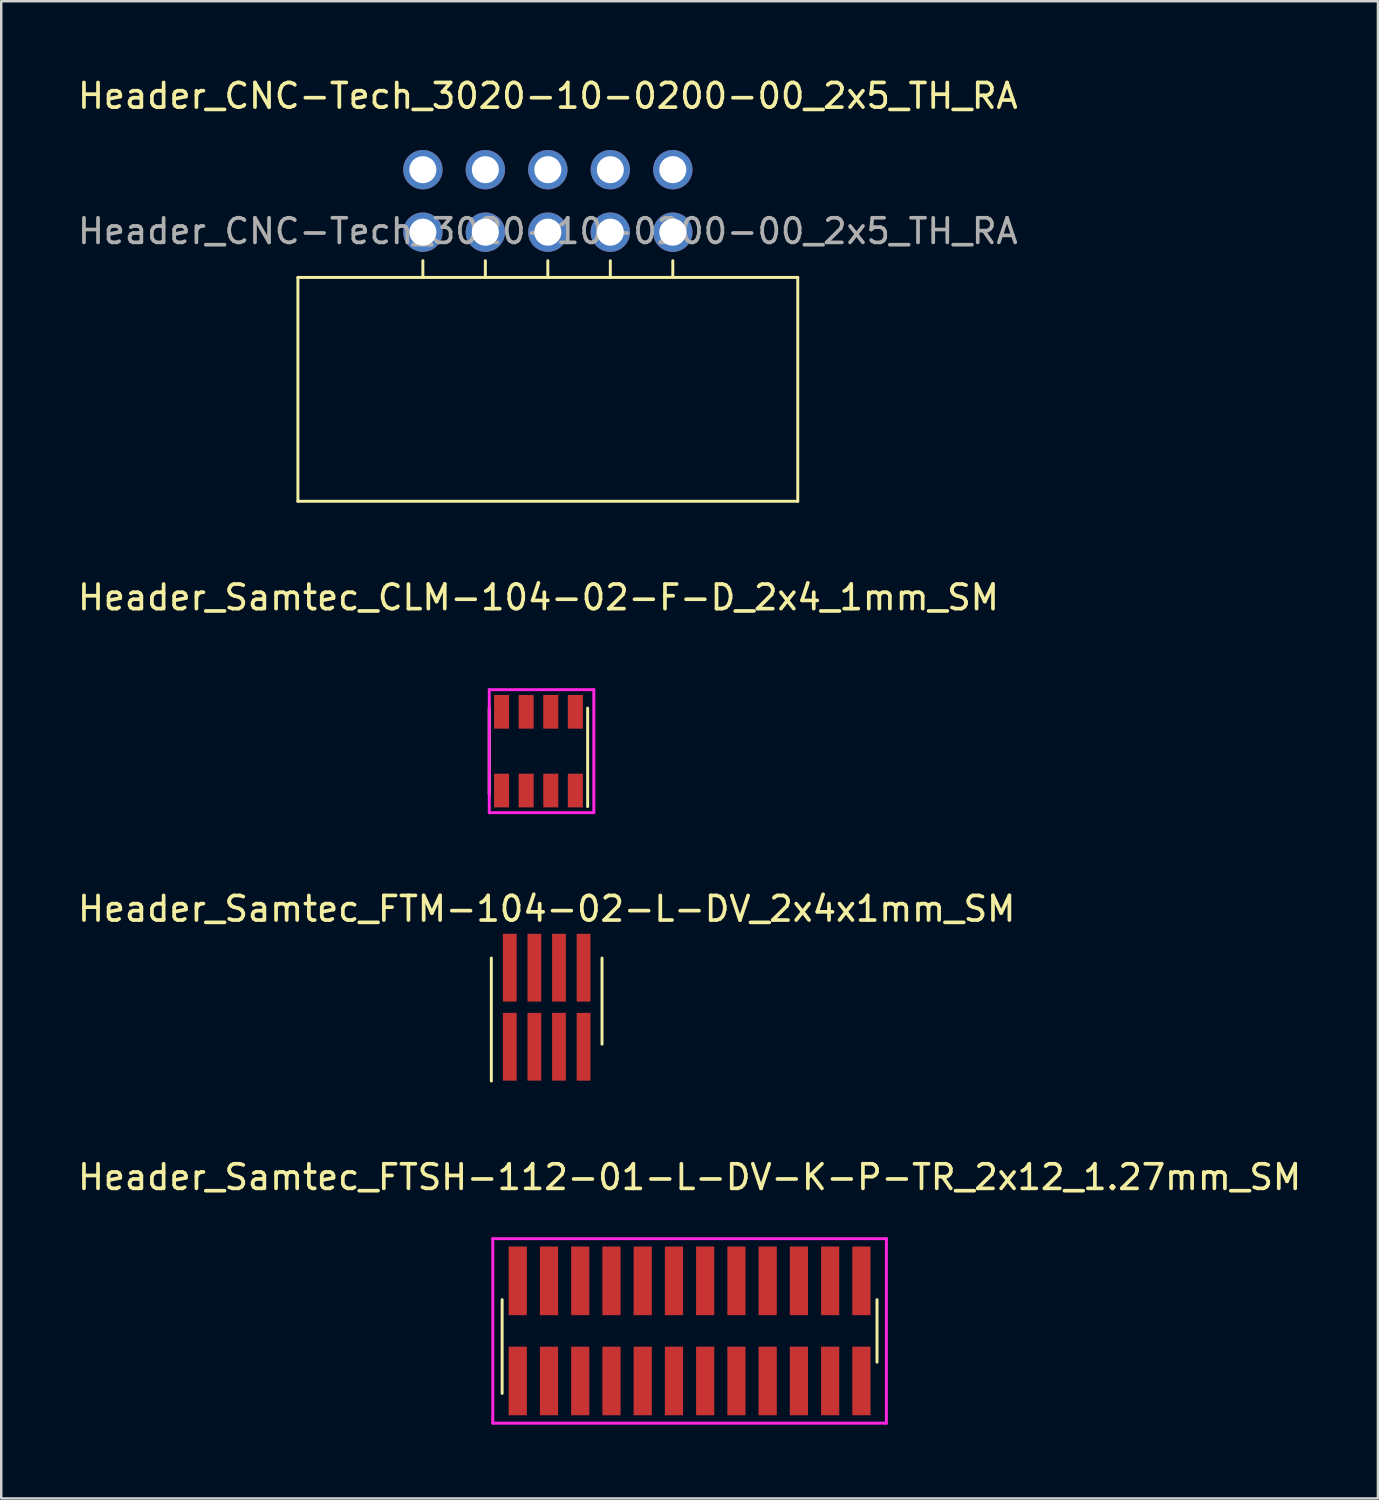
<source format=kicad_pcb>
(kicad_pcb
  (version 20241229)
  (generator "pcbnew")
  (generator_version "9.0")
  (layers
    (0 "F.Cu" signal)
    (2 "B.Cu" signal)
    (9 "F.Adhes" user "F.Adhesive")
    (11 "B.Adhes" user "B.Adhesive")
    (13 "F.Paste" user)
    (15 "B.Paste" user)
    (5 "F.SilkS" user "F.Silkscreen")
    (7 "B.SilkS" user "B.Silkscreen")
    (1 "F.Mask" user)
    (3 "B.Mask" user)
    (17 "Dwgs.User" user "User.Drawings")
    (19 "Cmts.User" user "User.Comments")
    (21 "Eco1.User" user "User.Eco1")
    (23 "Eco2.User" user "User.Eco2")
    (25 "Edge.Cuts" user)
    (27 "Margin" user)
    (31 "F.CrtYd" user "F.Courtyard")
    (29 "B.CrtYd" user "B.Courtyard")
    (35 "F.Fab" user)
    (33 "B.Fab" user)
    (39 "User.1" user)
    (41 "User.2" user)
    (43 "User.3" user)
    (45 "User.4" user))
  (footprint "Header_Samtec_FTSH-112-01-L-DV-K-P-TR_2x12_1.27mm_SM"
    (layer "F.Cu")
    (at 24.982 51.053)
    (property "Reference" "Header_Samtec_FTSH-112-01-L-DV-K-P-TR_2x12_1.27mm_SM" (at 0 -6.25 0) (layer "F.SilkS") (effects (font (size 1 1) (thickness 0.15))))
    (attr through_hole)
    (fp_line (start -7.62 2.54) (end -7.62 -1.27) (stroke (width 0.12) (type solid)) (layer "F.SilkS"))
    (fp_line (start 7.62 -1.27) (end 7.62 1.27) (stroke (width 0.12) (type solid)) (layer "F.SilkS"))
    (fp_line (start -8 -3.75) (end -8 3.75) (stroke (width 0.12) (type solid)) (layer "F.CrtYd"))
    (fp_line (start -8 3.75) (end 8 3.75) (stroke (width 0.12) (type solid)) (layer "F.CrtYd"))
    (fp_line (start 8 -3.75) (end -8 -3.75) (stroke (width 0.12) (type solid)) (layer "F.CrtYd"))
    (fp_line (start 8 3.75) (end 8 -3.75) (stroke (width 0.12) (type solid)) (layer "F.CrtYd"))
    (pad "1" smd rect (at -6.985 2.035) (size 0.74 2.79) (layers "F.Cu" "F.Mask" "F.Paste"))
    (pad "2" smd rect (at -6.985 -2.035) (size 0.74 2.79) (layers "F.Cu" "F.Mask" "F.Paste"))
    (pad "3" smd rect (at -5.715 2.035) (size 0.74 2.79) (layers "F.Cu" "F.Mask" "F.Paste"))
    (pad "4" smd rect (at -5.715 -2.035) (size 0.74 2.79) (layers "F.Cu" "F.Mask" "F.Paste"))
    (pad "5" smd rect (at -4.445 2.035) (size 0.74 2.79) (layers "F.Cu" "F.Mask" "F.Paste"))
    (pad "6" smd rect (at -4.445 -2.035) (size 0.74 2.79) (layers "F.Cu" "F.Mask" "F.Paste"))
    (pad "7" smd rect (at -3.175 2.035) (size 0.74 2.79) (layers "F.Cu" "F.Mask" "F.Paste"))
    (pad "8" smd rect (at -3.175 -2.035) (size 0.74 2.79) (layers "F.Cu" "F.Mask" "F.Paste"))
    (pad "9" smd rect (at -1.905 2.035) (size 0.74 2.79) (layers "F.Cu" "F.Mask" "F.Paste"))
    (pad "10" smd rect (at -1.905 -2.035) (size 0.74 2.79) (layers "F.Cu" "F.Mask" "F.Paste"))
    (pad "11" smd rect (at -0.635 2.035) (size 0.74 2.79) (layers "F.Cu" "F.Mask" "F.Paste"))
    (pad "12" smd rect (at -0.635 -2.035) (size 0.74 2.79) (layers "F.Cu" "F.Mask" "F.Paste"))
    (pad "13" smd rect (at 0.635 2.035) (size 0.74 2.79) (layers "F.Cu" "F.Mask" "F.Paste"))
    (pad "14" smd rect (at 0.635 -2.035) (size 0.74 2.79) (layers "F.Cu" "F.Mask" "F.Paste"))
    (pad "15" smd rect (at 1.905 2.035) (size 0.74 2.79) (layers "F.Cu" "F.Mask" "F.Paste"))
    (pad "16" smd rect (at 1.905 -2.035) (size 0.74 2.79) (layers "F.Cu" "F.Mask" "F.Paste"))
    (pad "17" smd rect (at 3.175 2.035) (size 0.74 2.79) (layers "F.Cu" "F.Mask" "F.Paste"))
    (pad "18" smd rect (at 3.175 -2.035) (size 0.74 2.79) (layers "F.Cu" "F.Mask" "F.Paste"))
    (pad "19" smd rect (at 4.445 2.035) (size 0.74 2.79) (layers "F.Cu" "F.Mask" "F.Paste"))
    (pad "20" smd rect (at 4.445 -2.035) (size 0.74 2.79) (layers "F.Cu" "F.Mask" "F.Paste"))
    (pad "21" smd rect (at 5.715 2.035) (size 0.74 2.79) (layers "F.Cu" "F.Mask" "F.Paste"))
    (pad "22" smd rect (at 5.715 -2.035) (size 0.74 2.79) (layers "F.Cu" "F.Mask" "F.Paste"))
    (pad "23" smd rect (at 6.985 2.035) (size 0.74 2.79) (layers "F.Cu" "F.Mask" "F.Paste"))
    (pad "24" smd rect (at 6.985 -2.035) (size 0.74 2.79) (layers "F.Cu" "F.Mask" "F.Paste")))
  (footprint "Header_Samtec_FTM-104-02-L-DV_2x4x1mm_SM"
    (layer "F.Cu")
    (at 19.173 37.895)
    (property "Reference" "Header_Samtec_FTM-104-02-L-DV_2x4x1mm_SM" (at 0 -4 0) (layer "F.SilkS") (effects (font (size 1 1) (thickness 0.15))))
    (attr through_hole)
    (fp_line (start -2.25 -2) (end -2.25 3) (stroke (width 0.12) (type solid)) (layer "F.SilkS"))
    (fp_line (start 2.25 -2) (end 2.25 1.5) (stroke (width 0.12) (type solid)) (layer "F.SilkS"))
    (pad "1" smd rect (at -1.5 1.607) (size 0.56 2.755) (layers "F.Cu" "F.Mask" "F.Paste"))
    (pad "2" smd rect (at -1.5 -1.607) (size 0.56 2.755) (layers "F.Cu" "F.Mask" "F.Paste"))
    (pad "3" smd rect (at -0.5 1.607) (size 0.56 2.755) (layers "F.Cu" "F.Mask" "F.Paste"))
    (pad "4" smd rect (at -0.5 -1.607) (size 0.56 2.755) (layers "F.Cu" "F.Mask" "F.Paste"))
    (pad "5" smd rect (at 0.5 1.607) (size 0.56 2.755) (layers "F.Cu" "F.Mask" "F.Paste"))
    (pad "6" smd rect (at 0.5 -1.607) (size 0.56 2.755) (layers "F.Cu" "F.Mask" "F.Paste"))
    (pad "7" smd rect (at 1.5 1.607) (size 0.56 2.755) (layers "F.Cu" "F.Mask" "F.Paste"))
    (pad "8" smd rect (at 1.5 -1.607) (size 0.56 2.755) (layers "F.Cu" "F.Mask" "F.Paste")))
  (footprint "Header_CNC-Tech_3020-10-0200-00_2x5_TH_RA"
    (layer "F.Cu")
    (at 19.22 3.848)
    (property "Reference" "Header_CNC-Tech_3020-10-0200-00_2x5_TH_RA" (at 0 -3 0) (unlocked yes) (layer "F.SilkS") (effects (font (size 1 1) (thickness 0.15))))
    (fp_line (start -10.16 4.38) (end -10.16 13.48) (stroke (width 0.12) (type solid)) (layer "F.SilkS"))
    (fp_line (start -10.16 4.38) (end 10.16 4.38) (stroke (width 0.12) (type solid)) (layer "F.SilkS"))
    (fp_line (start -5.08 4.38) (end -5.08 3.7) (stroke (width 0.12) (type solid)) (layer "F.SilkS"))
    (fp_line (start -2.54 4.38) (end -2.54 3.7) (stroke (width 0.12) (type solid)) (layer "F.SilkS"))
    (fp_line (start 0 4.38) (end 0 3.7) (stroke (width 0.12) (type solid)) (layer "F.SilkS"))
    (fp_line (start 2.54 4.38) (end 2.54 3.7) (stroke (width 0.12) (type solid)) (layer "F.SilkS"))
    (fp_line (start 5.08 4.38) (end 5.08 3.7) (stroke (width 0.12) (type solid)) (layer "F.SilkS"))
    (fp_line (start 10.16 13.48) (end -10.16 13.48) (stroke (width 0.12) (type solid)) (layer "F.SilkS"))
    (fp_line (start 10.16 13.48) (end 10.16 4.38) (stroke (width 0.12) (type solid)) (layer "F.SilkS"))
    (fp_text user "${REFERENCE}" (at 0 2.5 0) (unlocked yes) (layer "F.Fab") (effects (font (size 1 1) (thickness 0.15))))
    (pad "1" thru_hole circle (at 5.08 0) (size 1.6 1.6) (drill 1.1) (layers "*.Cu" "*.Mask"))
    (pad "2" thru_hole circle (at 5.08 2.54) (size 1.6 1.6) (drill 1.1) (layers "*.Cu" "*.Mask"))
    (pad "3" thru_hole circle (at 2.54 0) (size 1.6 1.6) (drill 1.1) (layers "*.Cu" "*.Mask"))
    (pad "4" thru_hole circle (at 2.54 2.54) (size 1.6 1.6) (drill 1.1) (layers "*.Cu" "*.Mask"))
    (pad "5" thru_hole circle (at 0 0) (size 1.6 1.6) (drill 1.1) (layers "*.Cu" "*.Mask"))
    (pad "6" thru_hole circle (at 0 2.54) (size 1.6 1.6) (drill 1.1) (layers "*.Cu" "*.Mask"))
    (pad "7" thru_hole circle (at -2.54 0) (size 1.6 1.6) (drill 1.1) (layers "*.Cu" "*.Mask"))
    (pad "8" thru_hole circle (at -2.54 2.54) (size 1.6 1.6) (drill 1.1) (layers "*.Cu" "*.Mask"))
    (pad "9" thru_hole circle (at -5.08 0) (size 1.6 1.6) (drill 1.1) (layers "*.Cu" "*.Mask"))
    (pad "10" thru_hole circle (at -5.08 2.54) (size 1.6 1.6) (drill 1.1) (layers "*.Cu" "*.Mask")))
  (footprint "Header_Samtec_CLM-104-02-F-D_2x4_1mm_SM"
    (layer "F.Cu")
    (at 18.839 27.486)
    (property "Reference" "Header_Samtec_CLM-104-02-F-D_2x4_1mm_SM" (at 0 -6.25 0) (layer "F.SilkS") (effects (font (size 1 1) (thickness 0.15))))
    (attr through_hole)
    (fp_line (start -2 -1.75) (end -2 1.75) (stroke (width 0.12) (type solid)) (layer "F.SilkS"))
    (fp_line (start 2 -1.75) (end 2 2.25) (stroke (width 0.12) (type solid)) (layer "F.SilkS"))
    (fp_line (start -2 -2.5) (end -2 2.5) (stroke (width 0.12) (type solid)) (layer "F.CrtYd"))
    (fp_line (start -2 2.5) (end 2.25 2.5) (stroke (width 0.12) (type solid)) (layer "F.CrtYd"))
    (fp_line (start 2.25 -2.5) (end -2 -2.5) (stroke (width 0.12) (type solid)) (layer "F.CrtYd"))
    (fp_line (start 2.25 2.5) (end 2.25 -2.5) (stroke (width 0.12) (type solid)) (layer "F.CrtYd"))
    (pad "1" smd rect (at 1.5 1.6) (size 0.61 1.37) (layers "F.Cu" "F.Mask" "F.Paste"))
    (pad "2" smd rect (at 1.5 -1.6) (size 0.61 1.37) (layers "F.Cu" "F.Mask" "F.Paste"))
    (pad "3" smd rect (at 0.5 1.6) (size 0.61 1.37) (layers "F.Cu" "F.Mask" "F.Paste"))
    (pad "4" smd rect (at 0.5 -1.6) (size 0.61 1.37) (layers "F.Cu" "F.Mask" "F.Paste"))
    (pad "5" smd rect (at -0.5 1.6) (size 0.61 1.37) (layers "F.Cu" "F.Mask" "F.Paste"))
    (pad "6" smd rect (at -0.5 -1.6) (size 0.61 1.37) (layers "F.Cu" "F.Mask" "F.Paste"))
    (pad "7" smd rect (at -1.5 1.6) (size 0.61 1.37) (layers "F.Cu" "F.Mask" "F.Paste"))
    (pad "8" smd rect (at -1.5 -1.6) (size 0.61 1.37) (layers "F.Cu" "F.Mask" "F.Paste")))
  (gr_rect
    (start -3 -3)
    (end 52.964 57.863)
    (stroke (width 0.1) (type default))
    (fill no)
    (layer "Edge.Cuts")))
</source>
